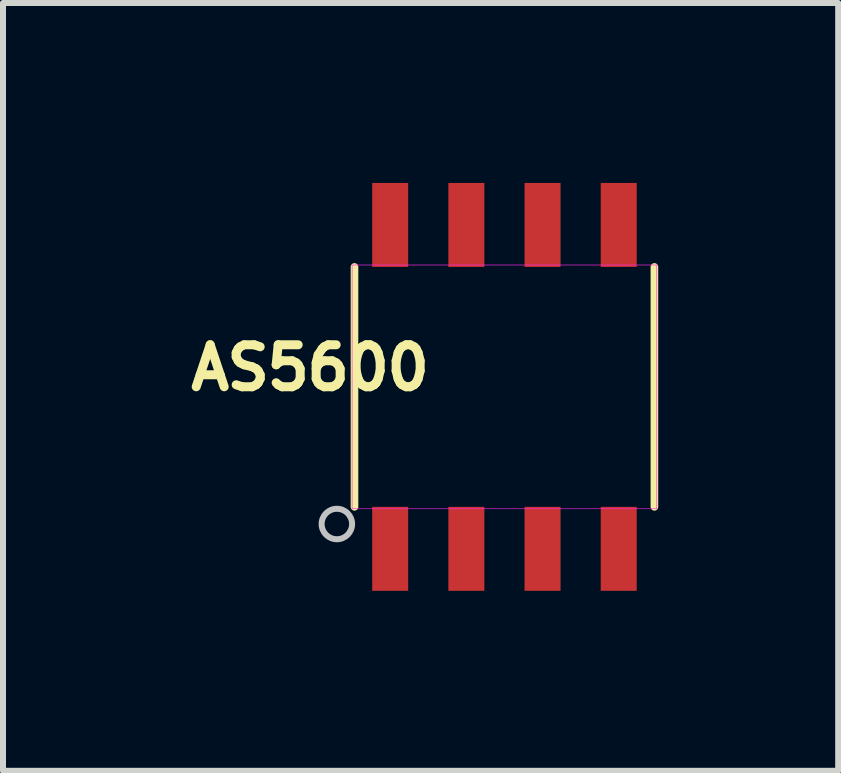
<source format=kicad_pcb>
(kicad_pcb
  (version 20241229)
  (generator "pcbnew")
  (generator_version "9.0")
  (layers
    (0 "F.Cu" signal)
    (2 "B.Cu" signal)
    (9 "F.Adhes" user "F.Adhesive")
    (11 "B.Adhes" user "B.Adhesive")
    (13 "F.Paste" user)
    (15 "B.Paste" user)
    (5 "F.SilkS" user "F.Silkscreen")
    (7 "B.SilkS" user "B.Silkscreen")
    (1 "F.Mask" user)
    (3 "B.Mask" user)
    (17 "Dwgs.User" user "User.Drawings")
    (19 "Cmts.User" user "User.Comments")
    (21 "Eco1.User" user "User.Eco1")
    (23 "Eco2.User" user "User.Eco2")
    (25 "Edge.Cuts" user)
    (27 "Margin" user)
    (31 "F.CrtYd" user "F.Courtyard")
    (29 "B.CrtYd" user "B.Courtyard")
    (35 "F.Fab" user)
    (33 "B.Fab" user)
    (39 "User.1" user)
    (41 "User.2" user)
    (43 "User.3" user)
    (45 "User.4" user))
  (footprint "AS5600"
    (layer "F.Cu")
    (at 5.36 3.4)
    (property "Reference" "AS5600" (at -3.239 -0.318 180) (layer "F.SilkS") (effects (font (size 0.7 0.7) (thickness 0.15))))
    (attr smd)
    (fp_line (start -2.5 2) (end -2.5 -2) (stroke (width 0.127) (type solid)) (layer "F.SilkS"))
    (fp_line (start 2.5 -2) (end 2.5 2) (stroke (width 0.127) (type solid)) (layer "F.SilkS"))
    (fp_circle (center -2.794 2.286) (end -2.54 2.286) (stroke (width 0.1) (type solid)) (fill no) (layer "Dwgs.User"))
    (fp_poly (pts (xy -2.54 -2.032) (xy 2.54 -2.032) (xy 2.54 2.032) (xy -2.54 2.032)) (stroke (width 0.01) (type solid)) (fill no) (layer "F.CrtYd"))
    (pad "1" smd rect (at -1.905 2.7) (size 0.6 1.4) (layers "F.Cu" "F.Mask" "F.Paste"))
    (pad "2" smd rect (at -0.635 2.7) (size 0.6 1.4) (layers "F.Cu" "F.Mask" "F.Paste"))
    (pad "3" smd rect (at 0.635 2.7) (size 0.6 1.4) (layers "F.Cu" "F.Mask" "F.Paste"))
    (pad "4" smd rect (at 1.905 2.7) (size 0.6 1.4) (layers "F.Cu" "F.Mask" "F.Paste"))
    (pad "5" smd rect (at 1.905 -2.7) (size 0.6 1.4) (layers "F.Cu" "F.Mask" "F.Paste"))
    (pad "6" smd rect (at 0.635 -2.7) (size 0.6 1.4) (layers "F.Cu" "F.Mask" "F.Paste"))
    (pad "7" smd rect (at -0.635 -2.7) (size 0.6 1.4) (layers "F.Cu" "F.Mask" "F.Paste"))
    (pad "8" smd rect (at -1.905 -2.7) (size 0.6 1.4) (layers "F.Cu" "F.Mask" "F.Paste")))
  (gr_rect
    (start -3 -3)
    (end 10.924 9.8)
    (stroke (width 0.1) (type default))
    (fill no)
    (layer "Edge.Cuts")))
</source>
